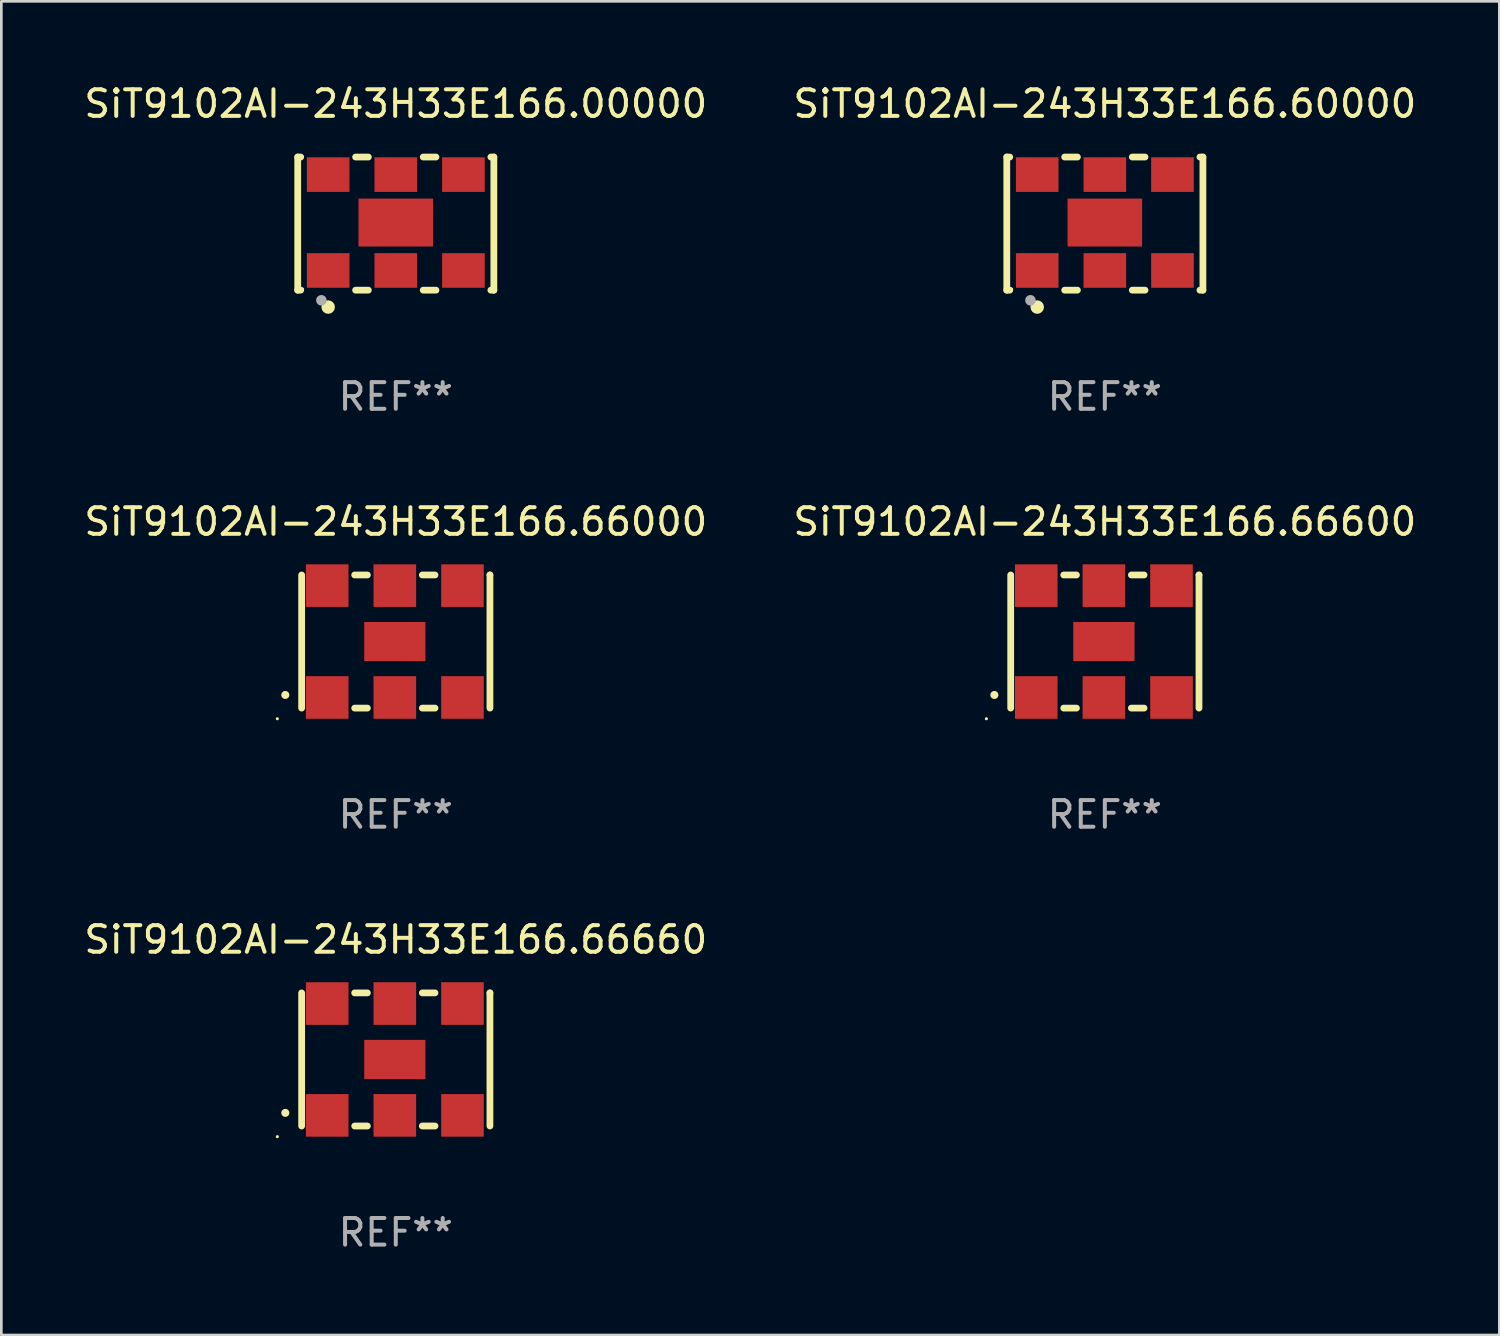
<source format=kicad_pcb>
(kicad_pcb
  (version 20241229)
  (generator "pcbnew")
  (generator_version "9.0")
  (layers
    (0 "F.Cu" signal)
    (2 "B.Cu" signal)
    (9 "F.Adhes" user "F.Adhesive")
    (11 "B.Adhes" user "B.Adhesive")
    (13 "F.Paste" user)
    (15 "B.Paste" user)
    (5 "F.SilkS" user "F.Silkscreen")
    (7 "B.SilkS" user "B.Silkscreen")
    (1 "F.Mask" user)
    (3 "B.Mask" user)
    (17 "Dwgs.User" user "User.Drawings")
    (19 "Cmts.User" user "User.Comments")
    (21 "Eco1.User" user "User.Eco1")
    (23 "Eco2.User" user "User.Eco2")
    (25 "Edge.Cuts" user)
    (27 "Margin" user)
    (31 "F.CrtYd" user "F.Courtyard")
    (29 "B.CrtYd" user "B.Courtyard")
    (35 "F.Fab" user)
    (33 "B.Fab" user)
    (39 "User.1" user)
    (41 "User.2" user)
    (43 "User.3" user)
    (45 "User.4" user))
  (footprint "SiT9102AI-243H33E166.66660"
    (layer "F.Cu")
    (at 11.815 36.741)
    (property "Reference" "SiT9102AI-243H33E166.66660" (at 0 -4.5 0) (layer "F.SilkS") (effects (font (size 1 1) (thickness 0.15))))
    (attr through_hole)
    (fp_line (start -3.536 -2.5) (end -3.536 2.5) (stroke (width 0.254) (type solid)) (layer "F.SilkS"))
    (fp_line (start -1.544 2.5) (end -1.067 2.5) (stroke (width 0.254) (type solid)) (layer "F.SilkS"))
    (fp_line (start -1.067 -2.5) (end -1.544 -2.5) (stroke (width 0.254) (type solid)) (layer "F.SilkS"))
    (fp_line (start 0.996 2.5) (end 1.473 2.5) (stroke (width 0.254) (type solid)) (layer "F.SilkS"))
    (fp_line (start 1.473 -2.5) (end 0.996 -2.5) (stroke (width 0.254) (type solid)) (layer "F.SilkS"))
    (fp_line (start 3.536 -2.5) (end 3.536 -2.5) (stroke (width 0.254) (type solid)) (layer "F.SilkS"))
    (fp_line (start 3.536 2.5) (end 3.536 -2.5) (stroke (width 0.254) (type solid)) (layer "F.SilkS"))
    (fp_arc (start -4.150432 2.006604) (mid -4.149162 2.006599) (end -4.147892 2.006604) (stroke (width 0.3) (type solid)) (layer "F.SilkS"))
    (fp_circle (center -4.449 2.9) (end -4.419 2.9) (stroke (width 0.06) (type solid)) (fill no) (layer "F.SilkS"))
    (fp_text user "REF**" (at 0 6.5 0) (layer "F.Fab") (effects (font (size 1 1) (thickness 0.15))))
    (pad "1" smd rect (at -2.576 2.1) (size 1.6 1.6) (layers "F.Cu" "F.Mask" "F.Paste"))
    (pad "2" smd rect (at -0.036 2.1) (size 1.6 1.6) (layers "F.Cu" "F.Mask" "F.Paste"))
    (pad "3" smd rect (at 2.504 2.1) (size 1.6 1.6) (layers "F.Cu" "F.Mask" "F.Paste"))
    (pad "4" smd rect (at 2.504 -2.1) (size 1.6 1.6) (layers "F.Cu" "F.Mask" "F.Paste"))
    (pad "5" smd rect (at -0.036 -2.1) (size 1.6 1.6) (layers "F.Cu" "F.Mask" "F.Paste"))
    (pad "6" smd rect (at -2.576 -2.1) (size 1.6 1.6) (layers "F.Cu" "F.Mask" "F.Paste"))
    (pad "7" smd rect (at -0.036 0) (size 2.3 1.47) (layers "F.Cu" "F.Mask" "F.Paste")))
  (footprint "SiT9102AI-243H33E166.66000"
    (layer "F.Cu")
    (at 11.815 21.045)
    (property "Reference" "SiT9102AI-243H33E166.66000" (at 0 -4.5 0) (layer "F.SilkS") (effects (font (size 1 1) (thickness 0.15))))
    (attr through_hole)
    (fp_line (start -3.536 -2.5) (end -3.536 2.5) (stroke (width 0.254) (type solid)) (layer "F.SilkS"))
    (fp_line (start -1.544 2.5) (end -1.067 2.5) (stroke (width 0.254) (type solid)) (layer "F.SilkS"))
    (fp_line (start -1.067 -2.5) (end -1.544 -2.5) (stroke (width 0.254) (type solid)) (layer "F.SilkS"))
    (fp_line (start 0.996 2.5) (end 1.473 2.5) (stroke (width 0.254) (type solid)) (layer "F.SilkS"))
    (fp_line (start 1.473 -2.5) (end 0.996 -2.5) (stroke (width 0.254) (type solid)) (layer "F.SilkS"))
    (fp_line (start 3.536 -2.5) (end 3.536 -2.5) (stroke (width 0.254) (type solid)) (layer "F.SilkS"))
    (fp_line (start 3.536 2.5) (end 3.536 -2.5) (stroke (width 0.254) (type solid)) (layer "F.SilkS"))
    (fp_arc (start -4.150432 2.006604) (mid -4.149162 2.006599) (end -4.147892 2.006604) (stroke (width 0.3) (type solid)) (layer "F.SilkS"))
    (fp_circle (center -4.449 2.9) (end -4.419 2.9) (stroke (width 0.06) (type solid)) (fill no) (layer "F.SilkS"))
    (fp_text user "REF**" (at 0 6.5 0) (layer "F.Fab") (effects (font (size 1 1) (thickness 0.15))))
    (pad "1" smd rect (at -2.576 2.1) (size 1.6 1.6) (layers "F.Cu" "F.Mask" "F.Paste"))
    (pad "2" smd rect (at -0.036 2.1) (size 1.6 1.6) (layers "F.Cu" "F.Mask" "F.Paste"))
    (pad "3" smd rect (at 2.504 2.1) (size 1.6 1.6) (layers "F.Cu" "F.Mask" "F.Paste"))
    (pad "4" smd rect (at 2.504 -2.1) (size 1.6 1.6) (layers "F.Cu" "F.Mask" "F.Paste"))
    (pad "5" smd rect (at -0.036 -2.1) (size 1.6 1.6) (layers "F.Cu" "F.Mask" "F.Paste"))
    (pad "6" smd rect (at -2.576 -2.1) (size 1.6 1.6) (layers "F.Cu" "F.Mask" "F.Paste"))
    (pad "7" smd rect (at -0.036 0) (size 2.3 1.47) (layers "F.Cu" "F.Mask" "F.Paste")))
  (footprint "SiT9102AI-243H33E166.60000"
    (layer "F.Cu")
    (at 38.446 5.348)
    (property "Reference" "SiT9102AI-243H33E166.60000" (at 0 -4.5 0) (layer "F.SilkS") (effects (font (size 1 1) (thickness 0.15))))
    (attr through_hole)
    (fp_line (start -3.683 -2.5) (end -3.571 -2.5) (stroke (width 0.254) (type solid)) (layer "F.SilkS"))
    (fp_line (start -3.683 2.5) (end -3.683 -2.5) (stroke (width 0.254) (type solid)) (layer "F.SilkS"))
    (fp_line (start -3.683 2.5) (end -3.571 2.5) (stroke (width 0.254) (type solid)) (layer "F.SilkS"))
    (fp_line (start -1.509 -2.5) (end -1.031 -2.5) (stroke (width 0.254) (type solid)) (layer "F.SilkS"))
    (fp_line (start -1.509 2.5) (end -1.031 2.5) (stroke (width 0.254) (type solid)) (layer "F.SilkS"))
    (fp_line (start 1.031 -2.5) (end 1.509 -2.5) (stroke (width 0.254) (type solid)) (layer "F.SilkS"))
    (fp_line (start 1.031 2.5) (end 1.509 2.5) (stroke (width 0.254) (type solid)) (layer "F.SilkS"))
    (fp_line (start 3.571 -2.5) (end 3.683 -2.5) (stroke (width 0.254) (type solid)) (layer "F.SilkS"))
    (fp_line (start 3.571 2.5) (end 3.683 2.5) (stroke (width 0.254) (type solid)) (layer "F.SilkS"))
    (fp_line (start 3.683 2.5) (end 3.683 -2.5) (stroke (width 0.254) (type solid)) (layer "F.SilkS"))
    (fp_circle (center -3.5 2.46) (end -3.47 2.46) (stroke (width 0.06) (type solid)) (fill no) (layer "F.SilkS"))
    (fp_circle (center -2.54 3.135) (end -2.413 3.135) (stroke (width 0.254) (type solid)) (fill no) (layer "F.SilkS"))
    (fp_circle (center -2.794 2.881) (end -2.694 2.881) (stroke (width 0.2) (type solid)) (fill no) (layer "F.Fab"))
    (fp_text user "REF**" (at 0 6.5 0) (layer "F.Fab") (effects (font (size 1 1) (thickness 0.15))))
    (pad "1" smd rect (at -2.54 1.76) (size 1.6 1.3) (layers "F.Cu" "F.Mask" "F.Paste"))
    (pad "2" smd rect (at 0 1.76) (size 1.6 1.3) (layers "F.Cu" "F.Mask" "F.Paste"))
    (pad "3" smd rect (at 2.54 1.76) (size 1.6 1.3) (layers "F.Cu" "F.Mask" "F.Paste"))
    (pad "4" smd rect (at 2.54 -1.84) (size 1.6 1.3) (layers "F.Cu" "F.Mask" "F.Paste"))
    (pad "5" smd rect (at 0 -1.84) (size 1.6 1.3) (layers "F.Cu" "F.Mask" "F.Paste"))
    (pad "6" smd rect (at -2.54 -1.84) (size 1.6 1.3) (layers "F.Cu" "F.Mask" "F.Paste"))
    (pad "7" smd rect (at 0 -0.04) (size 2.8 1.8) (layers "F.Cu" "F.Mask" "F.Paste")))
  (footprint "SiT9102AI-243H33E166.00000"
    (layer "F.Cu")
    (at 11.815 5.348)
    (property "Reference" "SiT9102AI-243H33E166.00000" (at 0 -4.5 0) (layer "F.SilkS") (effects (font (size 1 1) (thickness 0.15))))
    (attr through_hole)
    (fp_line (start -3.683 -2.5) (end -3.571 -2.5) (stroke (width 0.254) (type solid)) (layer "F.SilkS"))
    (fp_line (start -3.683 2.5) (end -3.683 -2.5) (stroke (width 0.254) (type solid)) (layer "F.SilkS"))
    (fp_line (start -3.683 2.5) (end -3.571 2.5) (stroke (width 0.254) (type solid)) (layer "F.SilkS"))
    (fp_line (start -1.509 -2.5) (end -1.031 -2.5) (stroke (width 0.254) (type solid)) (layer "F.SilkS"))
    (fp_line (start -1.509 2.5) (end -1.031 2.5) (stroke (width 0.254) (type solid)) (layer "F.SilkS"))
    (fp_line (start 1.031 -2.5) (end 1.509 -2.5) (stroke (width 0.254) (type solid)) (layer "F.SilkS"))
    (fp_line (start 1.031 2.5) (end 1.509 2.5) (stroke (width 0.254) (type solid)) (layer "F.SilkS"))
    (fp_line (start 3.571 -2.5) (end 3.683 -2.5) (stroke (width 0.254) (type solid)) (layer "F.SilkS"))
    (fp_line (start 3.571 2.5) (end 3.683 2.5) (stroke (width 0.254) (type solid)) (layer "F.SilkS"))
    (fp_line (start 3.683 2.5) (end 3.683 -2.5) (stroke (width 0.254) (type solid)) (layer "F.SilkS"))
    (fp_circle (center -3.5 2.46) (end -3.47 2.46) (stroke (width 0.06) (type solid)) (fill no) (layer "F.SilkS"))
    (fp_circle (center -2.54 3.135) (end -2.413 3.135) (stroke (width 0.254) (type solid)) (fill no) (layer "F.SilkS"))
    (fp_circle (center -2.794 2.881) (end -2.694 2.881) (stroke (width 0.2) (type solid)) (fill no) (layer "F.Fab"))
    (fp_text user "REF**" (at 0 6.5 0) (layer "F.Fab") (effects (font (size 1 1) (thickness 0.15))))
    (pad "1" smd rect (at -2.54 1.76) (size 1.6 1.3) (layers "F.Cu" "F.Mask" "F.Paste"))
    (pad "2" smd rect (at 0 1.76) (size 1.6 1.3) (layers "F.Cu" "F.Mask" "F.Paste"))
    (pad "3" smd rect (at 2.54 1.76) (size 1.6 1.3) (layers "F.Cu" "F.Mask" "F.Paste"))
    (pad "4" smd rect (at 2.54 -1.84) (size 1.6 1.3) (layers "F.Cu" "F.Mask" "F.Paste"))
    (pad "5" smd rect (at 0 -1.84) (size 1.6 1.3) (layers "F.Cu" "F.Mask" "F.Paste"))
    (pad "6" smd rect (at -2.54 -1.84) (size 1.6 1.3) (layers "F.Cu" "F.Mask" "F.Paste"))
    (pad "7" smd rect (at 0 -0.04) (size 2.8 1.8) (layers "F.Cu" "F.Mask" "F.Paste")))
  (footprint "SiT9102AI-243H33E166.66600"
    (layer "F.Cu")
    (at 38.446 21.045)
    (property "Reference" "SiT9102AI-243H33E166.66600" (at 0 -4.5 0) (layer "F.SilkS") (effects (font (size 1 1) (thickness 0.15))))
    (attr through_hole)
    (fp_line (start -3.536 -2.5) (end -3.536 2.5) (stroke (width 0.254) (type solid)) (layer "F.SilkS"))
    (fp_line (start -1.544 2.5) (end -1.067 2.5) (stroke (width 0.254) (type solid)) (layer "F.SilkS"))
    (fp_line (start -1.067 -2.5) (end -1.544 -2.5) (stroke (width 0.254) (type solid)) (layer "F.SilkS"))
    (fp_line (start 0.996 2.5) (end 1.473 2.5) (stroke (width 0.254) (type solid)) (layer "F.SilkS"))
    (fp_line (start 1.473 -2.5) (end 0.996 -2.5) (stroke (width 0.254) (type solid)) (layer "F.SilkS"))
    (fp_line (start 3.536 -2.5) (end 3.536 -2.5) (stroke (width 0.254) (type solid)) (layer "F.SilkS"))
    (fp_line (start 3.536 2.5) (end 3.536 -2.5) (stroke (width 0.254) (type solid)) (layer "F.SilkS"))
    (fp_arc (start -4.150432 2.006604) (mid -4.149162 2.006599) (end -4.147892 2.006604) (stroke (width 0.3) (type solid)) (layer "F.SilkS"))
    (fp_circle (center -4.449 2.9) (end -4.419 2.9) (stroke (width 0.06) (type solid)) (fill no) (layer "F.SilkS"))
    (fp_text user "REF**" (at 0 6.5 0) (layer "F.Fab") (effects (font (size 1 1) (thickness 0.15))))
    (pad "1" smd rect (at -2.576 2.1) (size 1.6 1.6) (layers "F.Cu" "F.Mask" "F.Paste"))
    (pad "2" smd rect (at -0.036 2.1) (size 1.6 1.6) (layers "F.Cu" "F.Mask" "F.Paste"))
    (pad "3" smd rect (at 2.504 2.1) (size 1.6 1.6) (layers "F.Cu" "F.Mask" "F.Paste"))
    (pad "4" smd rect (at 2.504 -2.1) (size 1.6 1.6) (layers "F.Cu" "F.Mask" "F.Paste"))
    (pad "5" smd rect (at -0.036 -2.1) (size 1.6 1.6) (layers "F.Cu" "F.Mask" "F.Paste"))
    (pad "6" smd rect (at -2.576 -2.1) (size 1.6 1.6) (layers "F.Cu" "F.Mask" "F.Paste"))
    (pad "7" smd rect (at -0.036 0) (size 2.3 1.47) (layers "F.Cu" "F.Mask" "F.Paste")))
  (gr_rect
    (start -3 -3)
    (end 53.262 47.09)
    (stroke (width 0.1) (type default))
    (fill no)
    (layer "Edge.Cuts")))
</source>
